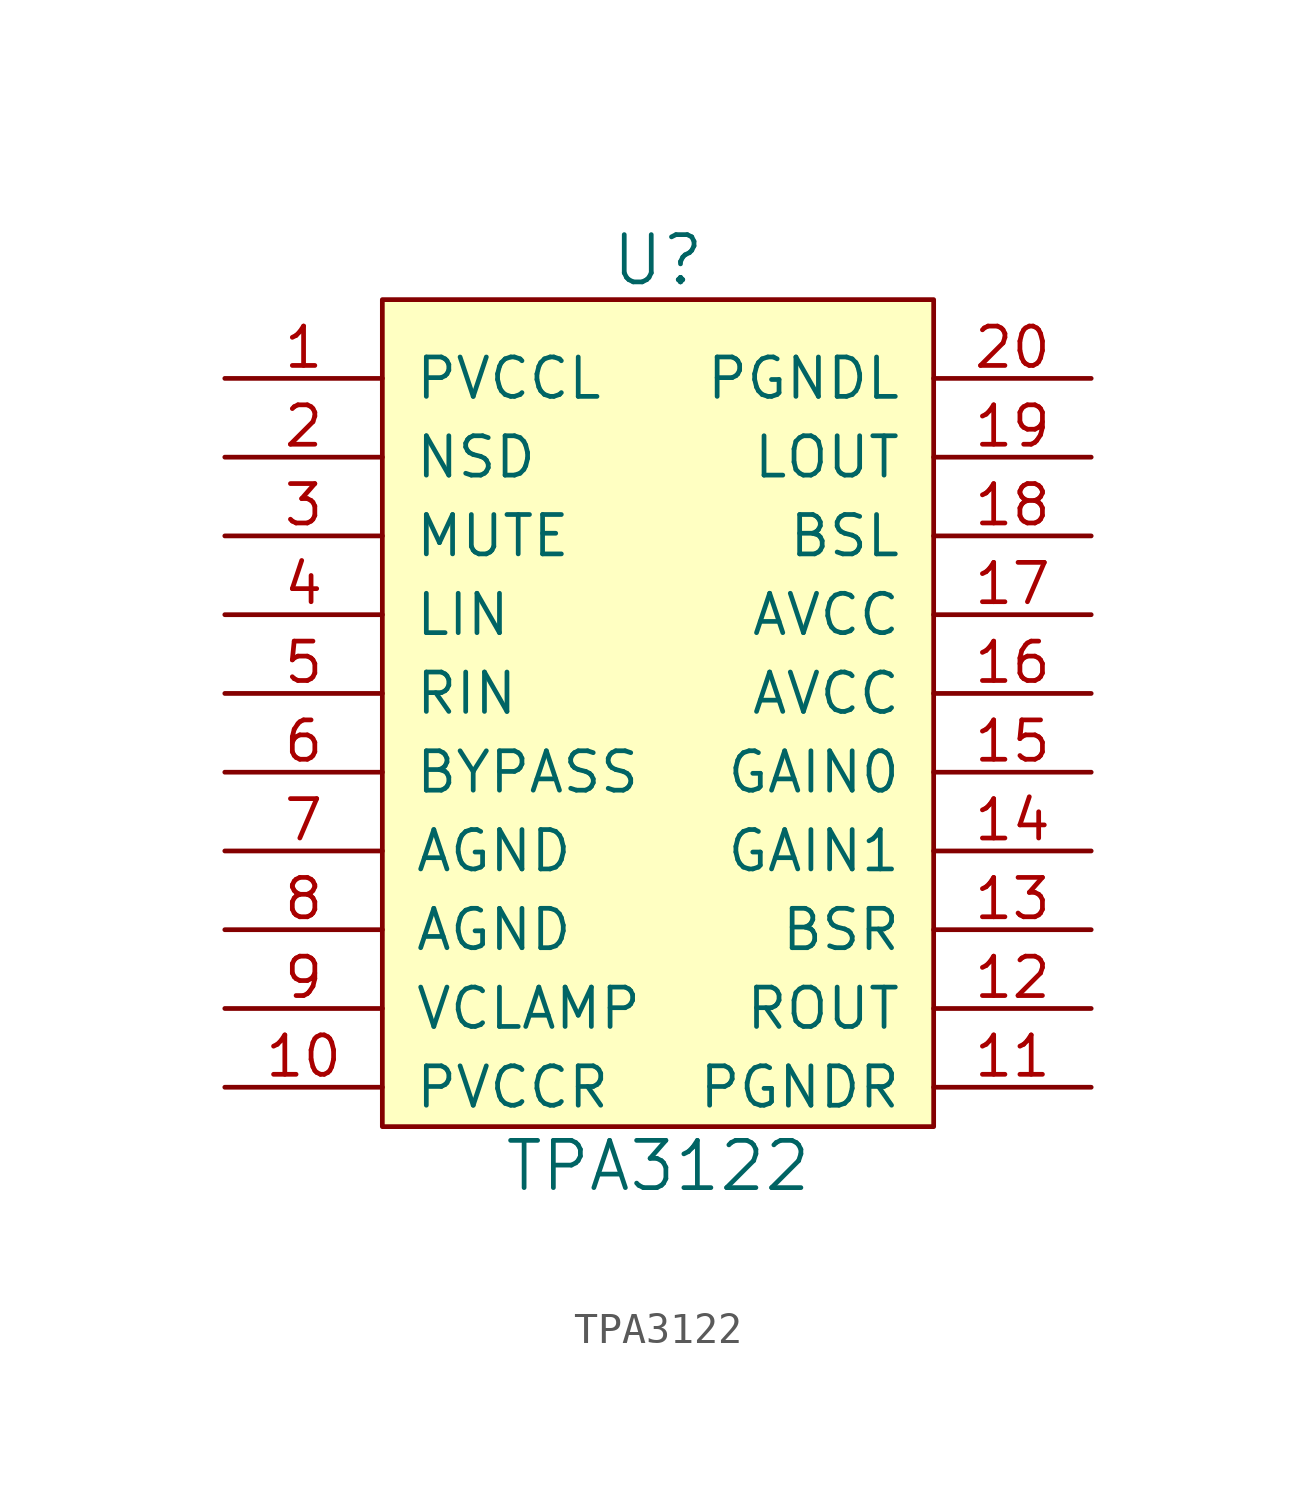
<source format=kicad_sym>
(kicad_symbol_lib
  (version 20211014)
  (generator kicad_symbol_editor)
  (symbol "TPA3122"
    (pin_names
      (offset 1.016))
    (property "Reference" "U"
      (at 0 1.27 0)
      (effects (font (size 1.524 1.524))))
    (property "Value" "TPA3122"
      (at 0 -27.94 0)
      (effects (font (size 1.524 1.524))))
    (symbol "TPA3122_0_1"
      (rectangle (start -8.89 0) (end 8.89 -26.67) (stroke (width 0) (type default) (color 0 0 0 0)) (fill (type background))))
    (symbol "TPA3122_1_1"
      (pin passive line (at -13.97 -2.54 0) (length 5.08) (name "PVCCL" (effects (font (size 1.27 1.27)))) (number "1" (effects (font (size 1.27 1.27)))))
      (pin passive line (at -13.97 -25.4 0) (length 5.08) (name "PVCCR" (effects (font (size 1.27 1.27)))) (number "10" (effects (font (size 1.27 1.27)))))
      (pin passive line (at 13.97 -25.4 180) (length 5.08) (name "PGNDR" (effects (font (size 1.27 1.27)))) (number "11" (effects (font (size 1.27 1.27)))))
      (pin passive line (at 13.97 -22.86 180) (length 5.08) (name "ROUT" (effects (font (size 1.27 1.27)))) (number "12" (effects (font (size 1.27 1.27)))))
      (pin passive line (at 13.97 -20.32 180) (length 5.08) (name "BSR" (effects (font (size 1.27 1.27)))) (number "13" (effects (font (size 1.27 1.27)))))
      (pin passive line (at 13.97 -17.78 180) (length 5.08) (name "GAIN1" (effects (font (size 1.27 1.27)))) (number "14" (effects (font (size 1.27 1.27)))))
      (pin passive line (at 13.97 -15.24 180) (length 5.08) (name "GAIN0" (effects (font (size 1.27 1.27)))) (number "15" (effects (font (size 1.27 1.27)))))
      (pin passive line (at 13.97 -12.7 180) (length 5.08) (name "AVCC" (effects (font (size 1.27 1.27)))) (number "16" (effects (font (size 1.27 1.27)))))
      (pin passive line (at 13.97 -10.16 180) (length 5.08) (name "AVCC" (effects (font (size 1.27 1.27)))) (number "17" (effects (font (size 1.27 1.27)))))
      (pin passive line (at 13.97 -7.62 180) (length 5.08) (name "BSL" (effects (font (size 1.27 1.27)))) (number "18" (effects (font (size 1.27 1.27)))))
      (pin passive line (at 13.97 -5.08 180) (length 5.08) (name "LOUT" (effects (font (size 1.27 1.27)))) (number "19" (effects (font (size 1.27 1.27)))))
      (pin passive line (at -13.97 -5.08 0) (length 5.08) (name "NSD" (effects (font (size 1.27 1.27)))) (number "2" (effects (font (size 1.27 1.27)))))
      (pin passive line (at 13.97 -2.54 180) (length 5.08) (name "PGNDL" (effects (font (size 1.27 1.27)))) (number "20" (effects (font (size 1.27 1.27)))))
      (pin passive line (at -13.97 -7.62 0) (length 5.08) (name "MUTE" (effects (font (size 1.27 1.27)))) (number "3" (effects (font (size 1.27 1.27)))))
      (pin passive line (at -13.97 -10.16 0) (length 5.08) (name "LIN" (effects (font (size 1.27 1.27)))) (number "4" (effects (font (size 1.27 1.27)))))
      (pin passive line (at -13.97 -12.7 0) (length 5.08) (name "RIN" (effects (font (size 1.27 1.27)))) (number "5" (effects (font (size 1.27 1.27)))))
      (pin passive line (at -13.97 -15.24 0) (length 5.08) (name "BYPASS" (effects (font (size 1.27 1.27)))) (number "6" (effects (font (size 1.27 1.27)))))
      (pin passive line (at -13.97 -17.78 0) (length 5.08) (name "AGND" (effects (font (size 1.27 1.27)))) (number "7" (effects (font (size 1.27 1.27)))))
      (pin passive line (at -13.97 -20.32 0) (length 5.08) (name "AGND" (effects (font (size 1.27 1.27)))) (number "8" (effects (font (size 1.27 1.27)))))
      (pin passive line (at -13.97 -22.86 0) (length 5.08) (name "VCLAMP" (effects (font (size 1.27 1.27)))) (number "9" (effects (font (size 1.27 1.27))))))))
</source>
